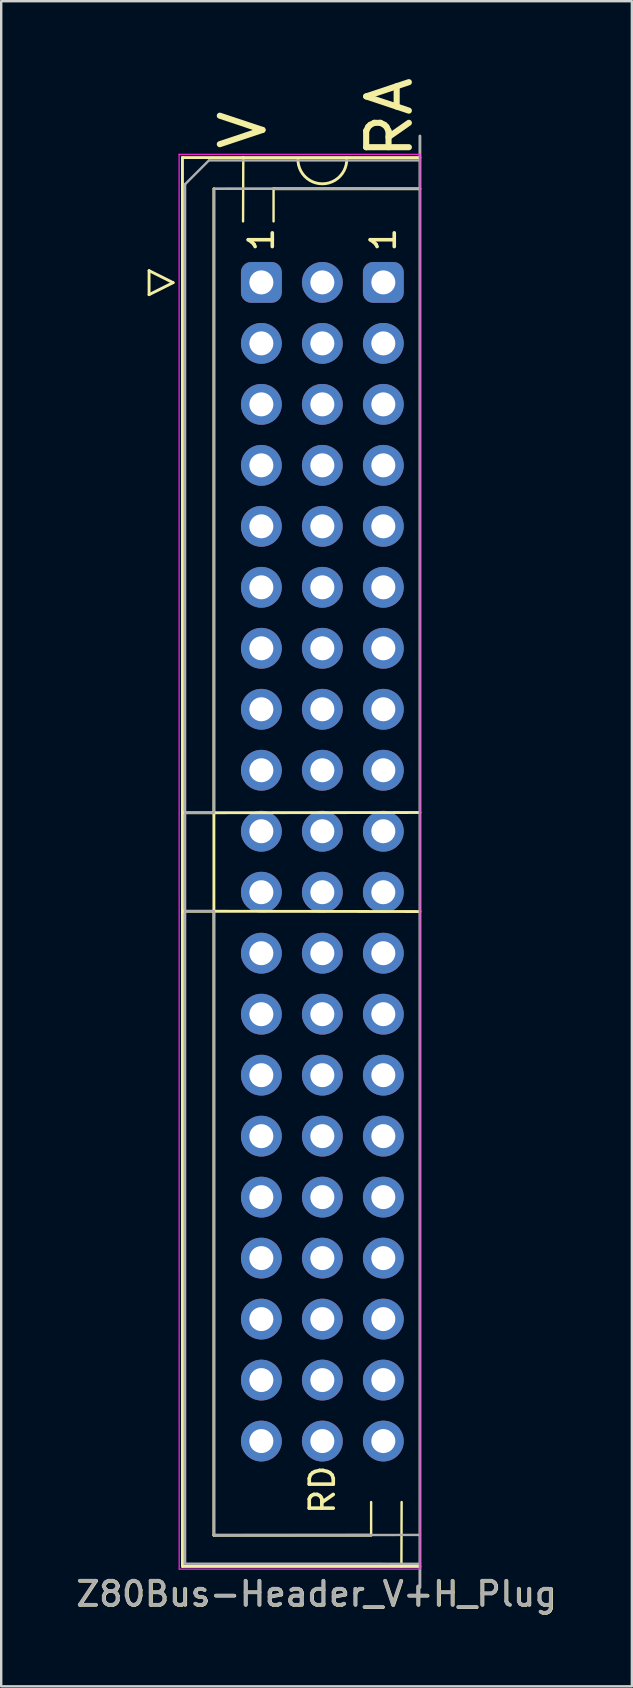
<source format=kicad_pcb>
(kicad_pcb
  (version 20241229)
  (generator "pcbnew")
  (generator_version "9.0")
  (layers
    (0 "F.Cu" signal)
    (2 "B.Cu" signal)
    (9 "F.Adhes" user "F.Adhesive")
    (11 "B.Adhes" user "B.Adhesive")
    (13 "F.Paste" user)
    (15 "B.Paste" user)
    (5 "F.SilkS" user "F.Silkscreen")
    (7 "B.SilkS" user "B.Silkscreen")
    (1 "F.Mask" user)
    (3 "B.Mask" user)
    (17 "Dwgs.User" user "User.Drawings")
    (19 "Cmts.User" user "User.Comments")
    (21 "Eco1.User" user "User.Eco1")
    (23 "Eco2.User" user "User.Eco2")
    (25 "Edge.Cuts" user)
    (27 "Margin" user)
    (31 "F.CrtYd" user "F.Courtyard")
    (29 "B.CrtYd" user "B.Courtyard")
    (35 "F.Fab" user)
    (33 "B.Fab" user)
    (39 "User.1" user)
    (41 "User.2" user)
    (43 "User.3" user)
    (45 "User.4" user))
  (footprint "Z80Bus-Header_V+H_Plug"
    (layer "F.Cu")
    (at 10.376 8.712)
    (property "Reference" "Z80Bus-Header_V+H_Plug" (at -0.233 54.629 0) (layer "F.SilkS") (effects (font (size 1 1) (thickness 0.15))))
    (attr through_hole)
    (fp_line (start -7.217 -0.489) (end -7.217 0.511) (stroke (width 0.12) (type solid)) (layer "F.SilkS"))
    (fp_line (start -7.217 0.511) (end -6.217 0.011) (stroke (width 0.12) (type solid)) (layer "F.SilkS"))
    (fp_line (start -6.217 0.011) (end -7.217 -0.489) (stroke (width 0.12) (type solid)) (layer "F.SilkS"))
    (fp_line (start -5.827 -5.199) (end 4.064 -5.199) (stroke (width 0.12) (type solid)) (layer "F.SilkS"))
    (fp_line (start -5.827 22.091) (end 4.064 22.08) (stroke (width 0.12) (type solid)) (layer "F.SilkS"))
    (fp_line (start -5.827 53.481) (end -5.827 -5.199) (stroke (width 0.12) (type solid)) (layer "F.SilkS"))
    (fp_line (start -4.517 26.191) (end -4.517 -3.899) (stroke (width 0.12) (type solid)) (layer "F.SilkS"))
    (fp_line (start -4.517 26.191) (end -4.517 26.191) (stroke (width 0.12) (type solid)) (layer "F.SilkS"))
    (fp_line (start -4.517 52.181) (end -4.517 26.191) (stroke (width 0.12) (type solid)) (layer "F.SilkS"))
    (fp_line (start -3.293 -5.22) (end -3.302 -2.54) (stroke (width 0.1) (type solid)) (layer "F.SilkS"))
    (fp_line (start -2.032 -3.921) (end -2.032 -2.54) (stroke (width 0.1) (type solid)) (layer "F.SilkS"))
    (fp_line (start -2.023 -3.9) (end 4.064 -3.899) (stroke (width 0.12) (type solid)) (layer "F.SilkS"))
    (fp_line (start 2.032 52.181) (end -4.517 52.181) (stroke (width 0.12) (type solid)) (layer "F.SilkS"))
    (fp_line (start 2.032 52.181) (end 2.032 50.8) (stroke (width 0.1) (type solid)) (layer "F.SilkS"))
    (fp_line (start 3.293 53.48) (end 3.302 50.8) (stroke (width 0.1) (type solid)) (layer "F.SilkS"))
    (fp_line (start 4.064 26.205) (end -5.827 26.191) (stroke (width 0.12) (type solid)) (layer "F.SilkS"))
    (fp_line (start 4.064 53.481) (end -5.827 53.481) (stroke (width 0.12) (type solid)) (layer "F.SilkS"))
    (fp_arc (start 1.016 -5.18) (mid 0.005089 -4.106678) (end -1.016777 -5.169577) (stroke (width 0.12) (type solid)) (layer "F.SilkS"))
    (fp_line (start -5.966 -5.335) (end -5.963 53.594) (stroke (width 0.05) (type solid)) (layer "F.CrtYd"))
    (fp_line (start -5.963 53.594) (end 4.064 53.594) (stroke (width 0.05) (type solid)) (layer "F.CrtYd"))
    (fp_line (start 4.064 -5.335) (end -5.966 -5.335) (stroke (width 0.05) (type solid)) (layer "F.CrtYd"))
    (fp_line (start 4.064 53.594) (end 4.064 -5.335) (stroke (width 0.05) (type solid)) (layer "F.CrtYd"))
    (fp_line (start -5.717 -4.089) (end -4.717 -5.089) (stroke (width 0.1) (type solid)) (layer "F.Fab"))
    (fp_line (start -5.717 22.091) (end -4.517 22.091) (stroke (width 0.1) (type solid)) (layer "F.Fab"))
    (fp_line (start -5.717 53.369) (end -5.717 -4.089) (stroke (width 0.1) (type solid)) (layer "F.Fab"))
    (fp_line (start -4.717 -5.08) (end 4.064 -5.08) (stroke (width 0.1) (type solid)) (layer "F.Fab"))
    (fp_line (start -4.517 -3.899) (end 1.983 -3.899) (stroke (width 0.1) (type solid)) (layer "F.Fab"))
    (fp_line (start -4.517 -3.899) (end 4.064 -3.91) (stroke (width 0.1) (type solid)) (layer "F.Fab"))
    (fp_line (start -4.517 22.091) (end -4.517 -3.899) (stroke (width 0.1) (type solid)) (layer "F.Fab"))
    (fp_line (start -4.517 26.191) (end -5.717 26.191) (stroke (width 0.1) (type solid)) (layer "F.Fab"))
    (fp_line (start -4.517 26.191) (end -4.517 26.191) (stroke (width 0.1) (type solid)) (layer "F.Fab"))
    (fp_line (start -4.517 52.181) (end -4.517 26.191) (stroke (width 0.1) (type solid)) (layer "F.Fab"))
    (fp_line (start 1.983 52.181) (end -4.517 52.181) (stroke (width 0.1) (type solid)) (layer "F.Fab"))
    (fp_line (start 4.064 -6.096) (end 4.064 54.356) (stroke (width 0.12) (type solid)) (layer "F.Fab"))
    (fp_line (start 4.064 52.17) (end -4.517 52.181) (stroke (width 0.1) (type solid)) (layer "F.Fab"))
    (fp_line (start 4.064 53.371) (end -5.717 53.369) (stroke (width 0.1) (type solid)) (layer "F.Fab"))
    (fp_text user "1" (at 2.54 -1.778 90) (unlocked yes) (layer "F.SilkS") (effects (font (size 1 1) (thickness 0.15))))
    (fp_text user "RA" (at 2.794 -6.858 90) (unlocked yes) (layer "F.SilkS") (effects (font (size 1.778 1.778) (thickness 0.254))))
    (fp_text user "V" (at -3.302 -6.35 90) (unlocked yes) (layer "F.SilkS") (effects (font (size 1.778 1.778) (thickness 0.254))))
    (fp_text user "RD" (at 0 50.292 90) (unlocked yes) (layer "F.SilkS") (effects (font (size 1 1) (thickness 0.15))))
    (fp_text user "1" (at -2.54 -1.778 90) (unlocked yes) (layer "F.SilkS") (effects (font (size 1 1) (thickness 0.15))))
    (fp_text user "${REFERENCE}" (at -0.251 54.621 0) (layer "F.Fab") (effects (font (size 1 1) (thickness 0.15))))
    (pad "+5V" thru_hole circle (at -2.54 25.4 180) (size 1.7 1.7) (drill 1) (layers "*.Cu" "*.Mask"))
    (pad "+5V" thru_hole circle (at 2.54 25.4 180) (size 1.7 1.7) (drill 1) (layers "*.Cu" "*.Mask"))
    (pad "1" thru_hole roundrect (at -2.54 0 180) (size 1.7 1.7) (drill 1) (layers "*.Cu" "*.Mask") (roundrect_rratio 0.25))
    (pad "1" thru_hole roundrect (at 2.54 0 180) (size 1.7 1.7) (drill 1) (layers "*.Cu" "*.Mask") (roundrect_rratio 0.25))
    (pad "2" thru_hole circle (at -2.54 2.54 180) (size 1.7 1.7) (drill 1) (layers "*.Cu" "*.Mask"))
    (pad "2" thru_hole circle (at 2.54 2.54 180) (size 1.7 1.7) (drill 1) (layers "*.Cu" "*.Mask"))
    (pad "3" thru_hole circle (at -2.54 5.08 180) (size 1.7 1.7) (drill 1) (layers "*.Cu" "*.Mask"))
    (pad "3" thru_hole circle (at 2.54 5.08 180) (size 1.7 1.7) (drill 1) (layers "*.Cu" "*.Mask"))
    (pad "4" thru_hole circle (at -2.54 7.62 180) (size 1.7 1.7) (drill 1) (layers "*.Cu" "*.Mask"))
    (pad "4" thru_hole circle (at 2.54 7.62 180) (size 1.7 1.7) (drill 1) (layers "*.Cu" "*.Mask"))
    (pad "5" thru_hole circle (at -2.54 10.16 180) (size 1.7 1.7) (drill 1) (layers "*.Cu" "*.Mask"))
    (pad "5" thru_hole circle (at 2.54 10.16 180) (size 1.7 1.7) (drill 1) (layers "*.Cu" "*.Mask"))
    (pad "6" thru_hole circle (at -2.54 12.7 180) (size 1.7 1.7) (drill 1) (layers "*.Cu" "*.Mask"))
    (pad "6" thru_hole circle (at 2.54 12.7 180) (size 1.7 1.7) (drill 1) (layers "*.Cu" "*.Mask"))
    (pad "7" thru_hole circle (at -2.54 15.24 180) (size 1.7 1.7) (drill 1) (layers "*.Cu" "*.Mask"))
    (pad "7" thru_hole circle (at 2.54 15.24 180) (size 1.7 1.7) (drill 1) (layers "*.Cu" "*.Mask"))
    (pad "8" thru_hole circle (at -2.54 17.78 180) (size 1.7 1.7) (drill 1) (layers "*.Cu" "*.Mask"))
    (pad "8" thru_hole circle (at 2.54 17.78 180) (size 1.7 1.7) (drill 1) (layers "*.Cu" "*.Mask"))
    (pad "9" thru_hole circle (at -2.54 20.32 180) (size 1.7 1.7) (drill 1) (layers "*.Cu" "*.Mask"))
    (pad "9" thru_hole circle (at 2.54 20.32 180) (size 1.7 1.7) (drill 1) (layers "*.Cu" "*.Mask"))
    (pad "10" thru_hole circle (at -2.54 22.86 180) (size 1.7 1.7) (drill 1) (layers "*.Cu" "*.Mask"))
    (pad "10" thru_hole circle (at 2.54 22.86 180) (size 1.7 1.7) (drill 1) (layers "*.Cu" "*.Mask"))
    (pad "12" thru_hole circle (at -2.54 27.94 180) (size 1.7 1.7) (drill 1) (layers "*.Cu" "*.Mask"))
    (pad "12" thru_hole circle (at 2.54 27.94 180) (size 1.7 1.7) (drill 1) (layers "*.Cu" "*.Mask"))
    (pad "13" thru_hole circle (at -2.54 30.48 180) (size 1.7 1.7) (drill 1) (layers "*.Cu" "*.Mask"))
    (pad "13" thru_hole circle (at 2.54 30.48 180) (size 1.7 1.7) (drill 1) (layers "*.Cu" "*.Mask"))
    (pad "14" thru_hole circle (at -2.54 33.02 180) (size 1.7 1.7) (drill 1) (layers "*.Cu" "*.Mask"))
    (pad "14" thru_hole circle (at 2.54 33.02 180) (size 1.7 1.7) (drill 1) (layers "*.Cu" "*.Mask"))
    (pad "15" thru_hole circle (at -2.54 35.56 180) (size 1.7 1.7) (drill 1) (layers "*.Cu" "*.Mask"))
    (pad "15" thru_hole circle (at 2.54 35.56 180) (size 1.7 1.7) (drill 1) (layers "*.Cu" "*.Mask"))
    (pad "16" thru_hole circle (at -2.54 38.1 180) (size 1.7 1.7) (drill 1) (layers "*.Cu" "*.Mask"))
    (pad "16" thru_hole circle (at 2.54 38.1 180) (size 1.7 1.7) (drill 1) (layers "*.Cu" "*.Mask"))
    (pad "17" thru_hole circle (at -2.54 40.64 180) (size 1.7 1.7) (drill 1) (layers "*.Cu" "*.Mask"))
    (pad "17" thru_hole circle (at 2.54 40.64 180) (size 1.7 1.7) (drill 1) (layers "*.Cu" "*.Mask"))
    (pad "18" thru_hole circle (at -2.54 43.18 180) (size 1.7 1.7) (drill 1) (layers "*.Cu" "*.Mask"))
    (pad "18" thru_hole circle (at 2.54 43.18 180) (size 1.7 1.7) (drill 1) (layers "*.Cu" "*.Mask"))
    (pad "19" thru_hole circle (at -2.54 45.72 180) (size 1.7 1.7) (drill 1) (layers "*.Cu" "*.Mask"))
    (pad "19" thru_hole circle (at 2.54 45.72 180) (size 1.7 1.7) (drill 1) (layers "*.Cu" "*.Mask"))
    (pad "20" thru_hole circle (at -2.54 48.26 180) (size 1.7 1.7) (drill 1) (layers "*.Cu" "*.Mask"))
    (pad "20" thru_hole circle (at 2.54 48.26 180) (size 1.7 1.7) (drill 1) (layers "*.Cu" "*.Mask"))
    (pad "22" thru_hole circle (at 0 45.72 180) (size 1.7 1.7) (drill 1) (layers "*.Cu" "*.Mask"))
    (pad "23" thru_hole circle (at 0 43.18 180) (size 1.7 1.7) (drill 1) (layers "*.Cu" "*.Mask"))
    (pad "24" thru_hole circle (at 0 40.64 180) (size 1.7 1.7) (drill 1) (layers "*.Cu" "*.Mask"))
    (pad "25" thru_hole circle (at 0 38.1 180) (size 1.7 1.7) (drill 1) (layers "*.Cu" "*.Mask"))
    (pad "26" thru_hole circle (at 0 35.56 180) (size 1.7 1.7) (drill 1) (layers "*.Cu" "*.Mask"))
    (pad "27" thru_hole circle (at 0 33.02 180) (size 1.7 1.7) (drill 1) (layers "*.Cu" "*.Mask"))
    (pad "28" thru_hole circle (at 0 30.48 180) (size 1.7 1.7) (drill 1) (layers "*.Cu" "*.Mask"))
    (pad "30" thru_hole circle (at 0 25.4 180) (size 1.7 1.7) (drill 1) (layers "*.Cu" "*.Mask"))
    (pad "31" thru_hole circle (at 0 22.86 180) (size 1.7 1.7) (drill 1) (layers "*.Cu" "*.Mask"))
    (pad "32" thru_hole circle (at 0 20.32 180) (size 1.7 1.7) (drill 1) (layers "*.Cu" "*.Mask"))
    (pad "33" thru_hole circle (at 0 17.78 180) (size 1.7 1.7) (drill 1) (layers "*.Cu" "*.Mask"))
    (pad "34" thru_hole circle (at 0 15.24 180) (size 1.7 1.7) (drill 1) (layers "*.Cu" "*.Mask"))
    (pad "35" thru_hole circle (at 0 12.7 180) (size 1.7 1.7) (drill 1) (layers "*.Cu" "*.Mask"))
    (pad "36" thru_hole circle (at 0 10.16 180) (size 1.7 1.7) (drill 1) (layers "*.Cu" "*.Mask"))
    (pad "37" thru_hole circle (at 0 7.62 180) (size 1.7 1.7) (drill 1) (layers "*.Cu" "*.Mask"))
    (pad "38" thru_hole circle (at 0 5.08 180) (size 1.7 1.7) (drill 1) (layers "*.Cu" "*.Mask"))
    (pad "39" thru_hole circle (at 0 2.54 180) (size 1.7 1.7) (drill 1) (layers "*.Cu" "*.Mask"))
    (pad "40" thru_hole circle (at 0 0 180) (size 1.7 1.7) (drill 1) (layers "*.Cu" "*.Mask"))
    (pad "GND" thru_hole circle (at 0 27.94 180) (size 1.7 1.7) (drill 1) (layers "*.Cu" "*.Mask"))
    (pad "RD" thru_hole circle (at 0 48.26 180) (size 1.7 1.7) (drill 1) (layers "*.Cu" "*.Mask")))
  (gr_rect
    (start -3 -3)
    (end 23.268 67.189)
    (stroke (width 0.1) (type default))
    (fill no)
    (layer "Edge.Cuts")))
</source>
